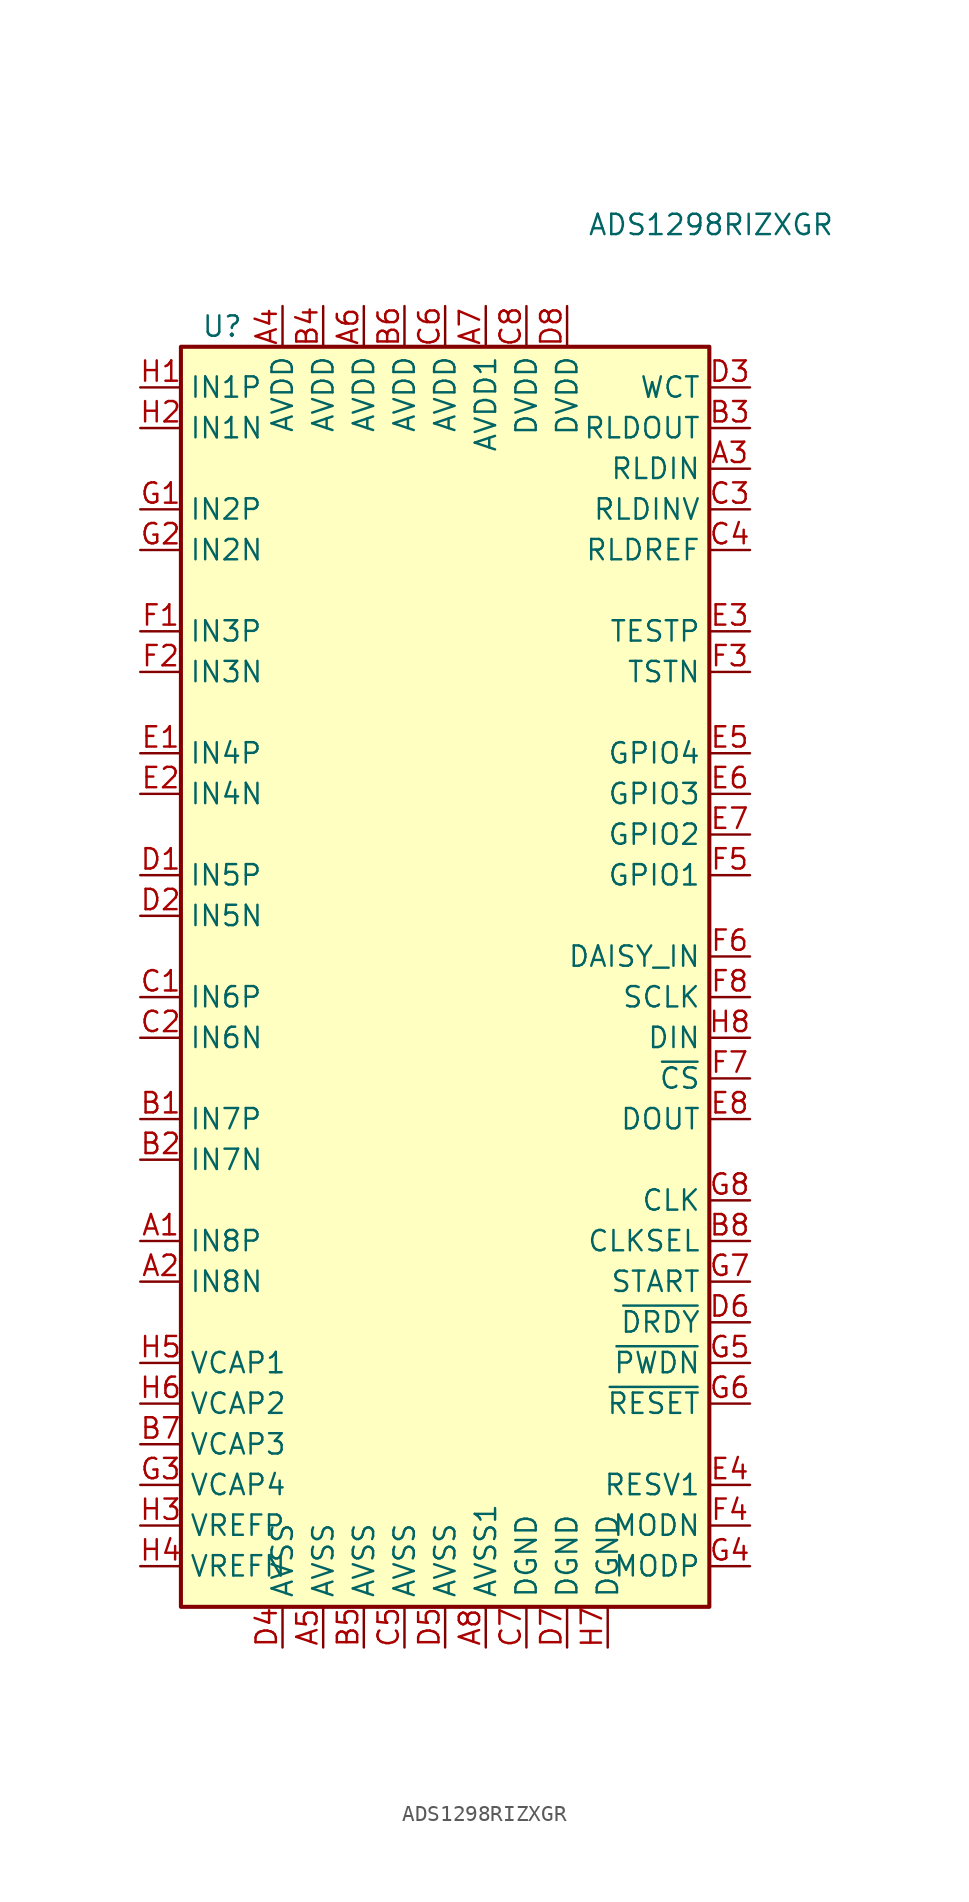
<source format=kicad_sym>
(kicad_symbol_lib
  (version 20220914)
  (generator kicad_symbol_editor)
  (symbol "ADS1298RIZXGR"
    (property "Reference" "U"
      (at -16.51 44.45 0)
      (effects (font (size 1.27 1.27)) (justify left)))
    (property "Value" "ADS1298RIZXGR"
      (at 7.62 50.8 0)
      (effects (font (size 1.27 1.27)) (justify left)))
    (symbol "ADS1298RIZXGR_0_1"
      (rectangle (start -17.78 43.18) (end 15.24 -35.56) (stroke (width 0.254) (type default)) (fill (type background))))
    (symbol "ADS1298RIZXGR_1_1"
      (pin input line (at -20.32 -12.7 0) (length 2.54) (name "IN8P" (effects (font (size 1.27 1.27)))) (number "A1" (effects (font (size 1.27 1.27)))))
      (pin input line (at -20.32 -15.24 0) (length 2.54) (name "IN8N" (effects (font (size 1.27 1.27)))) (number "A2" (effects (font (size 1.27 1.27)))))
      (pin input line (at 17.78 35.56 180) (length 2.54) (name "RLDIN" (effects (font (size 1.27 1.27)))) (number "A3" (effects (font (size 1.27 1.27)))))
      (pin power_in line (at -11.43 45.72 270) (length 2.54) (name "AVDD" (effects (font (size 1.27 1.27)))) (number "A4" (effects (font (size 1.27 1.27)))))
      (pin power_in line (at -8.89 -38.1 90) (length 2.54) (name "AVSS" (effects (font (size 1.27 1.27)))) (number "A5" (effects (font (size 1.27 1.27)))))
      (pin power_in line (at -6.35 45.72 270) (length 2.54) (name "AVDD" (effects (font (size 1.27 1.27)))) (number "A6" (effects (font (size 1.27 1.27)))))
      (pin power_in line (at 1.27 45.72 270) (length 2.54) (name "AVDD1" (effects (font (size 1.27 1.27)))) (number "A7" (effects (font (size 1.27 1.27)))))
      (pin power_in line (at 1.27 -38.1 90) (length 2.54) (name "AVSS1" (effects (font (size 1.27 1.27)))) (number "A8" (effects (font (size 1.27 1.27)))))
      (pin input line (at -20.32 -5.08 0) (length 2.54) (name "IN7P" (effects (font (size 1.27 1.27)))) (number "B1" (effects (font (size 1.27 1.27)))))
      (pin input line (at -20.32 -7.62 0) (length 2.54) (name "IN7N" (effects (font (size 1.27 1.27)))) (number "B2" (effects (font (size 1.27 1.27)))))
      (pin output line (at 17.78 38.1 180) (length 2.54) (name "RLDOUT" (effects (font (size 1.27 1.27)))) (number "B3" (effects (font (size 1.27 1.27)))))
      (pin power_in line (at -8.89 45.72 270) (length 2.54) (name "AVDD" (effects (font (size 1.27 1.27)))) (number "B4" (effects (font (size 1.27 1.27)))))
      (pin power_in line (at -6.35 -38.1 90) (length 2.54) (name "AVSS" (effects (font (size 1.27 1.27)))) (number "B5" (effects (font (size 1.27 1.27)))))
      (pin power_in line (at -3.81 45.72 270) (length 2.54) (name "AVDD" (effects (font (size 1.27 1.27)))) (number "B6" (effects (font (size 1.27 1.27)))))
      (pin passive line (at -20.32 -25.4 0) (length 2.54) (name "VCAP3" (effects (font (size 1.27 1.27)))) (number "B7" (effects (font (size 1.27 1.27)))))
      (pin input line (at 17.78 -12.7 180) (length 2.54) (name "CLKSEL" (effects (font (size 1.27 1.27)))) (number "B8" (effects (font (size 1.27 1.27)))))
      (pin input line (at -20.32 2.54 0) (length 2.54) (name "IN6P" (effects (font (size 1.27 1.27)))) (number "C1" (effects (font (size 1.27 1.27)))))
      (pin input line (at -20.32 0 0) (length 2.54) (name "IN6N" (effects (font (size 1.27 1.27)))) (number "C2" (effects (font (size 1.27 1.27)))))
      (pin input line (at 17.78 33.02 180) (length 2.54) (name "RLDINV" (effects (font (size 1.27 1.27)))) (number "C3" (effects (font (size 1.27 1.27)))))
      (pin input line (at 17.78 30.48 180) (length 2.54) (name "RLDREF" (effects (font (size 1.27 1.27)))) (number "C4" (effects (font (size 1.27 1.27)))))
      (pin power_in line (at -3.81 -38.1 90) (length 2.54) (name "AVSS" (effects (font (size 1.27 1.27)))) (number "C5" (effects (font (size 1.27 1.27)))))
      (pin power_in line (at -1.27 45.72 270) (length 2.54) (name "AVDD" (effects (font (size 1.27 1.27)))) (number "C6" (effects (font (size 1.27 1.27)))))
      (pin power_in line (at 3.81 -38.1 90) (length 2.54) (name "DGND" (effects (font (size 1.27 1.27)))) (number "C7" (effects (font (size 1.27 1.27)))))
      (pin power_in line (at 3.81 45.72 270) (length 2.54) (name "DVDD" (effects (font (size 1.27 1.27)))) (number "C8" (effects (font (size 1.27 1.27)))))
      (pin input line (at -20.32 10.16 0) (length 2.54) (name "IN5P" (effects (font (size 1.27 1.27)))) (number "D1" (effects (font (size 1.27 1.27)))))
      (pin input line (at -20.32 7.62 0) (length 2.54) (name "IN5N" (effects (font (size 1.27 1.27)))) (number "D2" (effects (font (size 1.27 1.27)))))
      (pin output line (at 17.78 40.64 180) (length 2.54) (name "WCT" (effects (font (size 1.27 1.27)))) (number "D3" (effects (font (size 1.27 1.27)))))
      (pin power_in line (at -11.43 -38.1 90) (length 2.54) (name "AVSS" (effects (font (size 1.27 1.27)))) (number "D4" (effects (font (size 1.27 1.27)))))
      (pin power_in line (at -1.27 -38.1 90) (length 2.54) (name "AVSS" (effects (font (size 1.27 1.27)))) (number "D5" (effects (font (size 1.27 1.27)))))
      (pin output line (at 17.78 -17.78 180) (length 2.54) (name "~{DRDY}" (effects (font (size 1.27 1.27)))) (number "D6" (effects (font (size 1.27 1.27)))))
      (pin power_in line (at 6.35 -38.1 90) (length 2.54) (name "DGND" (effects (font (size 1.27 1.27)))) (number "D7" (effects (font (size 1.27 1.27)))))
      (pin power_in line (at 6.35 45.72 270) (length 2.54) (name "DVDD" (effects (font (size 1.27 1.27)))) (number "D8" (effects (font (size 1.27 1.27)))))
      (pin input line (at -20.32 17.78 0) (length 2.54) (name "IN4P" (effects (font (size 1.27 1.27)))) (number "E1" (effects (font (size 1.27 1.27)))))
      (pin input line (at -20.32 15.24 0) (length 2.54) (name "IN4N" (effects (font (size 1.27 1.27)))) (number "E2" (effects (font (size 1.27 1.27)))))
      (pin bidirectional line (at 17.78 25.4 180) (length 2.54) (name "TESTP" (effects (font (size 1.27 1.27)))) (number "E3" (effects (font (size 1.27 1.27)))))
      (pin input line (at 17.78 -27.94 180) (length 2.54) (name "RESV1" (effects (font (size 1.27 1.27)))) (number "E4" (effects (font (size 1.27 1.27)))))
      (pin bidirectional line (at 17.78 17.78 180) (length 2.54) (name "GPIO4" (effects (font (size 1.27 1.27)))) (number "E5" (effects (font (size 1.27 1.27)))))
      (pin bidirectional line (at 17.78 15.24 180) (length 2.54) (name "GPIO3" (effects (font (size 1.27 1.27)))) (number "E6" (effects (font (size 1.27 1.27)))))
      (pin bidirectional line (at 17.78 12.7 180) (length 2.54) (name "GPIO2" (effects (font (size 1.27 1.27)))) (number "E7" (effects (font (size 1.27 1.27)))))
      (pin output line (at 17.78 -5.08 180) (length 2.54) (name "DOUT" (effects (font (size 1.27 1.27)))) (number "E8" (effects (font (size 1.27 1.27)))))
      (pin input line (at -20.32 25.4 0) (length 2.54) (name "IN3P" (effects (font (size 1.27 1.27)))) (number "F1" (effects (font (size 1.27 1.27)))))
      (pin input line (at -20.32 22.86 0) (length 2.54) (name "IN3N" (effects (font (size 1.27 1.27)))) (number "F2" (effects (font (size 1.27 1.27)))))
      (pin bidirectional line (at 17.78 22.86 180) (length 2.54) (name "TSTN" (effects (font (size 1.27 1.27)))) (number "F3" (effects (font (size 1.27 1.27)))))
      (pin output line (at 17.78 -30.48 180) (length 2.54) (name "MODN" (effects (font (size 1.27 1.27)))) (number "F4" (effects (font (size 1.27 1.27)))))
      (pin bidirectional line (at 17.78 10.16 180) (length 2.54) (name "GPIO1" (effects (font (size 1.27 1.27)))) (number "F5" (effects (font (size 1.27 1.27)))))
      (pin input line (at 17.78 5.08 180) (length 2.54) (name "DAISY_IN" (effects (font (size 1.27 1.27)))) (number "F6" (effects (font (size 1.27 1.27)))))
      (pin input line (at 17.78 -2.54 180) (length 2.54) (name "~{CS}" (effects (font (size 1.27 1.27)))) (number "F7" (effects (font (size 1.27 1.27)))))
      (pin input line (at 17.78 2.54 180) (length 2.54) (name "SCLK" (effects (font (size 1.27 1.27)))) (number "F8" (effects (font (size 1.27 1.27)))))
      (pin input line (at -20.32 33.02 0) (length 2.54) (name "IN2P" (effects (font (size 1.27 1.27)))) (number "G1" (effects (font (size 1.27 1.27)))))
      (pin input line (at -20.32 30.48 0) (length 2.54) (name "IN2N" (effects (font (size 1.27 1.27)))) (number "G2" (effects (font (size 1.27 1.27)))))
      (pin passive line (at -20.32 -27.94 0) (length 2.54) (name "VCAP4" (effects (font (size 1.27 1.27)))) (number "G3" (effects (font (size 1.27 1.27)))))
      (pin output line (at 17.78 -33.02 180) (length 2.54) (name "MODP" (effects (font (size 1.27 1.27)))) (number "G4" (effects (font (size 1.27 1.27)))))
      (pin input line (at 17.78 -20.32 180) (length 2.54) (name "~{PWDN}" (effects (font (size 1.27 1.27)))) (number "G5" (effects (font (size 1.27 1.27)))))
      (pin input line (at 17.78 -22.86 180) (length 2.54) (name "~{RESET}" (effects (font (size 1.27 1.27)))) (number "G6" (effects (font (size 1.27 1.27)))))
      (pin input line (at 17.78 -15.24 180) (length 2.54) (name "START" (effects (font (size 1.27 1.27)))) (number "G7" (effects (font (size 1.27 1.27)))))
      (pin bidirectional line (at 17.78 -10.16 180) (length 2.54) (name "CLK" (effects (font (size 1.27 1.27)))) (number "G8" (effects (font (size 1.27 1.27)))))
      (pin input line (at -20.32 40.64 0) (length 2.54) (name "IN1P" (effects (font (size 1.27 1.27)))) (number "H1" (effects (font (size 1.27 1.27)))))
      (pin input line (at -20.32 38.1 0) (length 2.54) (name "IN1N" (effects (font (size 1.27 1.27)))) (number "H2" (effects (font (size 1.27 1.27)))))
      (pin passive line (at -20.32 -30.48 0) (length 2.54) (name "VREFP" (effects (font (size 1.27 1.27)))) (number "H3" (effects (font (size 1.27 1.27)))))
      (pin passive line (at -20.32 -33.02 0) (length 2.54) (name "VREFN" (effects (font (size 1.27 1.27)))) (number "H4" (effects (font (size 1.27 1.27)))))
      (pin passive line (at -20.32 -20.32 0) (length 2.54) (name "VCAP1" (effects (font (size 1.27 1.27)))) (number "H5" (effects (font (size 1.27 1.27)))))
      (pin passive line (at -20.32 -22.86 0) (length 2.54) (name "VCAP2" (effects (font (size 1.27 1.27)))) (number "H6" (effects (font (size 1.27 1.27)))))
      (pin power_in line (at 8.89 -38.1 90) (length 2.54) (name "DGND" (effects (font (size 1.27 1.27)))) (number "H7" (effects (font (size 1.27 1.27)))))
      (pin input line (at 17.78 0 180) (length 2.54) (name "DIN" (effects (font (size 1.27 1.27)))) (number "H8" (effects (font (size 1.27 1.27))))))))
</source>
